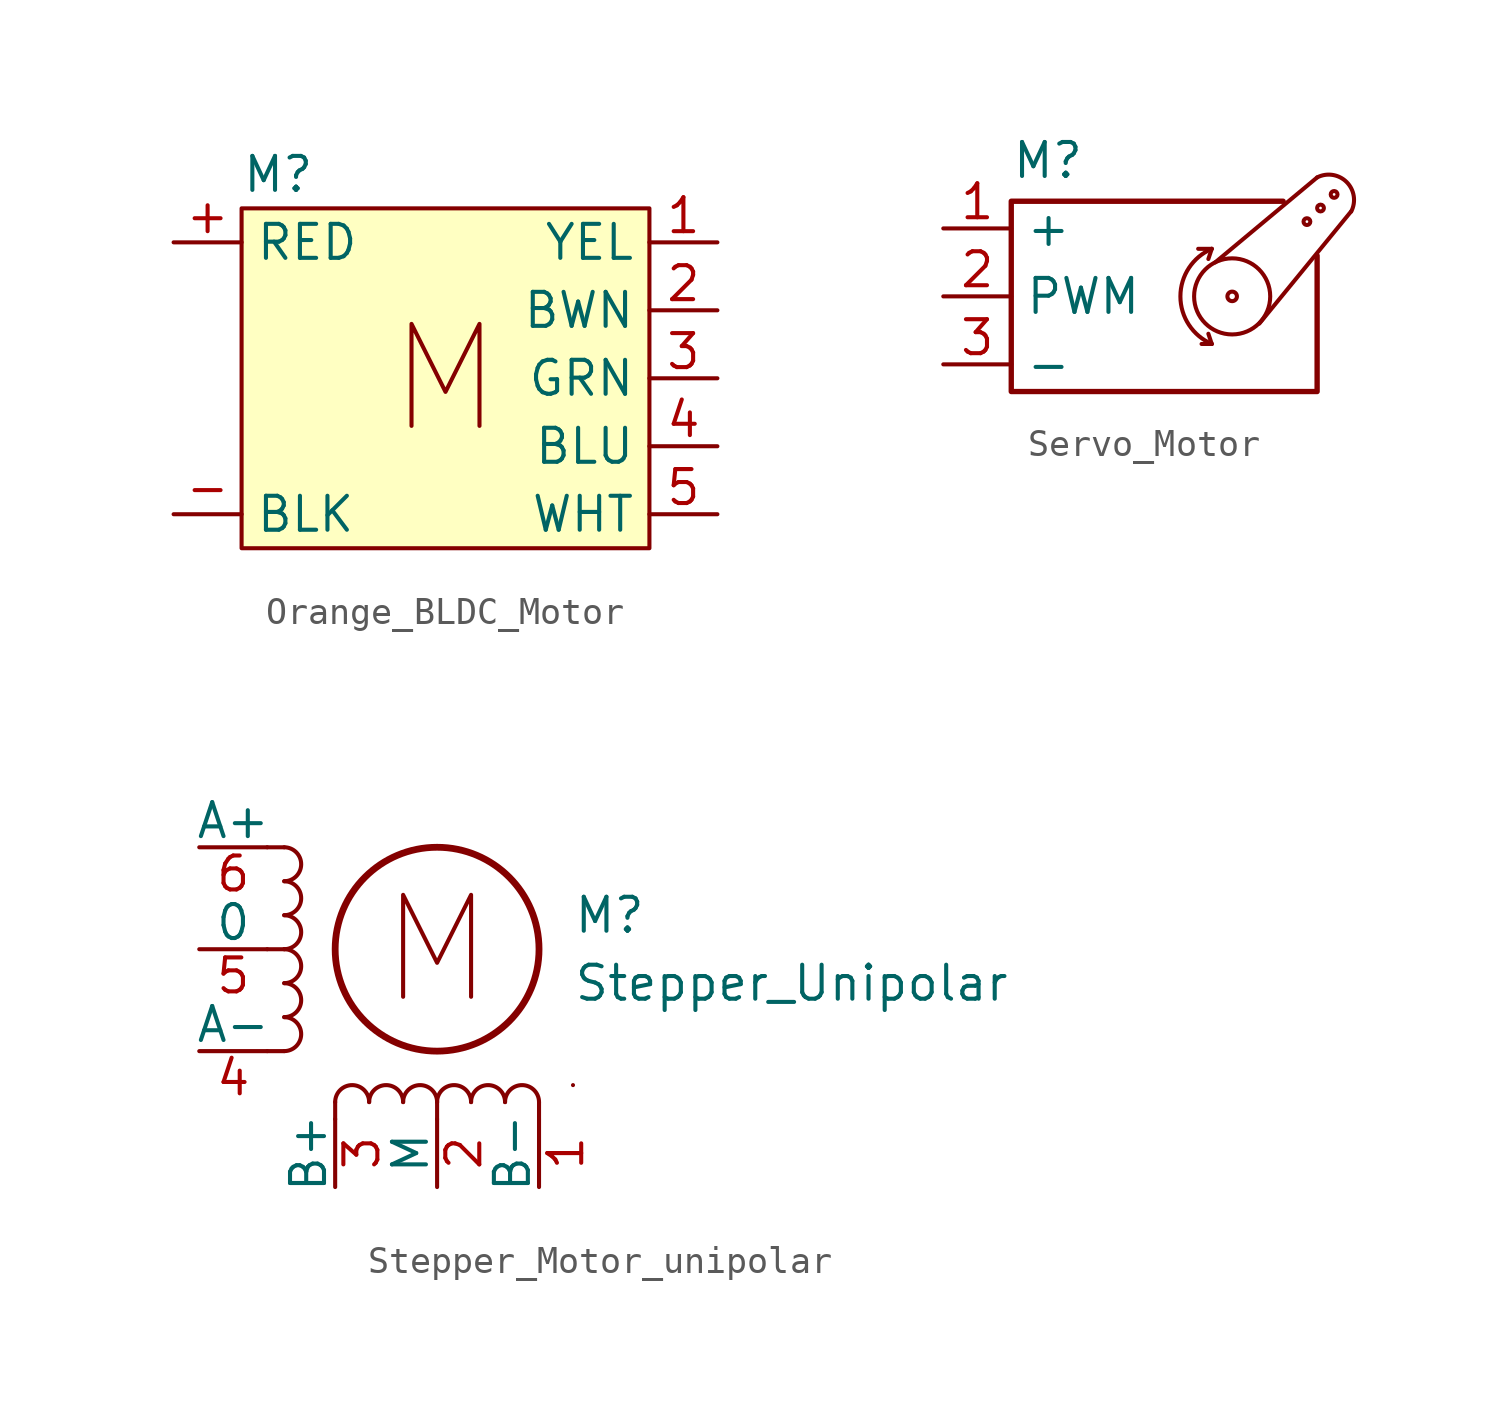
<source format=kicad_sym>
(kicad_symbol_lib
  (version 20231120)
  (generator "kicad_symbol_editor")
  (generator_version "8.0")
  (symbol "Orange_BLDC_Motor"
    (property "Reference" "M"
      (at -7.62 7.62 0)
      (effects (font (size 1.27 1.27)) (justify left)))
    (symbol "Orange_BLDC_Motor_0_0"
      (polyline (pts (xy -1.27 -1.778) (xy -1.27 2.032) (xy 0 -0.508) (xy 1.27 2.032) (xy 1.27 -1.778)) (stroke (width 0) (type default)) (fill (type none))))
    (symbol "Orange_BLDC_Motor_1_1"
      (rectangle (start -7.62 6.35) (end 7.62 -6.35) (stroke (width 0) (type default)) (fill (type background)))
      (pin power_in line (at -10.16 5.08 0) (length 2.54) (name "RED" (effects (font (size 1.27 1.27)))) (number "+" (effects (font (size 1.27 1.27)))))
      (pin power_in line (at -10.16 -5.08 0) (length 2.54) (name "BLK" (effects (font (size 1.27 1.27)))) (number "-" (effects (font (size 1.27 1.27)))))
      (pin input line (at 10.16 5.08 180) (length 2.54) (name "YEL" (effects (font (size 1.27 1.27)))) (number "1" (effects (font (size 1.27 1.27)))))
      (pin input line (at 10.16 2.54 180) (length 2.54) (name "BWN" (effects (font (size 1.27 1.27)))) (number "2" (effects (font (size 1.27 1.27)))))
      (pin input line (at 10.16 0 180) (length 2.54) (name "GRN" (effects (font (size 1.27 1.27)))) (number "3" (effects (font (size 1.27 1.27)))))
      (pin input line (at 10.16 -2.54 180) (length 2.54) (name "BLU" (effects (font (size 1.27 1.27)))) (number "4" (effects (font (size 1.27 1.27)))))
      (pin power_in line (at 10.16 -5.08 180) (length 2.54) (name "WHT" (effects (font (size 1.27 1.27)))) (number "5" (effects (font (size 1.27 1.27)))))))
  (symbol "Servo_Motor"
    (property "Reference" "M"
      (at -5.08 5.08 0)
      (effects (font (size 1.27 1.27)) (justify left)))
    (symbol "Servo_Motor_0_1"
      (polyline (pts (xy 2.413 -1.778) (xy 2.032 -1.778)) (stroke (width 0) (type default)) (fill (type none)))
      (polyline (pts (xy 2.413 -1.778) (xy 2.286 -1.397)) (stroke (width 0) (type default)) (fill (type none)))
      (polyline (pts (xy 2.413 1.778) (xy 1.905 1.778)) (stroke (width 0) (type default)) (fill (type none)))
      (polyline (pts (xy 2.413 1.778) (xy 2.286 1.397)) (stroke (width 0) (type default)) (fill (type none)))
      (polyline (pts (xy 6.35 4.445) (xy 2.54 1.27)) (stroke (width 0) (type default)) (fill (type none)))
      (polyline (pts (xy 7.62 3.175) (xy 4.191 -1.016)) (stroke (width 0) (type default)) (fill (type none)))
      (arc (start 2.413 1.778) (mid 1.2406 0) (end 2.413 -1.778) (stroke (width 0) (type default)) (fill (type none)))
      (circle (center 3.175 0) (radius 0.178) (stroke (width 0) (type default)) (fill (type none)))
      (circle (center 3.175 0) (radius 1.422) (stroke (width 0) (type default)) (fill (type none)))
      (circle (center 5.969 2.794) (radius 0.127) (stroke (width 0) (type default)) (fill (type none)))
      (circle (center 6.477 3.302) (radius 0.127) (stroke (width 0) (type default)) (fill (type none)))
      (circle (center 6.985 3.81) (radius 0.127) (stroke (width 0) (type default)) (fill (type none)))
      (arc (start 7.62 3.175) (mid 7.4485 4.2735) (end 6.35 4.445) (stroke (width 0) (type default)) (fill (type none))))
    (symbol "Servo_Motor_1_1"
      (polyline (pts (xy 5.08 3.556) (xy -5.08 3.556) (xy -5.08 -3.556) (xy 6.35 -3.556) (xy 6.35 1.524)) (stroke (width 0.2) (type default)) (fill (type none)))
      (pin power_in line (at -7.62 2.54 0) (length 2.54) (name "+" (effects (font (size 1.27 1.27)))) (number "1" (effects (font (size 1.27 1.27)))))
      (pin input line (at -7.62 0 0) (length 2.54) (name "PWM" (effects (font (size 1.27 1.27)))) (number "2" (effects (font (size 1.27 1.27)))))
      (pin power_in line (at -7.62 -2.54 0) (length 2.54) (name "-" (effects (font (size 1.27 1.27)))) (number "3" (effects (font (size 1.27 1.27)))))))
  (symbol "Stepper_Motor_unipolar"
    (pin_names
      (offset 0))
    (property "Reference" "M"
      (at 5.08 1.27 0)
      (effects (font (size 1.27 1.27)) (justify left)))
    (property "Value" "Stepper_Unipolar"
      (at 5.08 -1.27 0)
      (effects (font (size 1.27 1.27)) (justify left)))
    (symbol "Stepper_Motor_unipolar_0_0"
      (polyline (pts (xy -1.27 -1.778) (xy -1.27 2.032) (xy 0 -0.508) (xy 1.27 2.032) (xy 1.27 -1.778)) (stroke (width 0) (type default)) (fill (type none))))
    (symbol "Stepper_Motor_unipolar_0_1"
      (arc (start -5.715 -3.81) (mid -5.0827 -3.175) (end -5.715 -2.54) (stroke (width 0) (type default)) (fill (type none)))
      (arc (start -5.715 -2.54) (mid -5.0827 -1.905) (end -5.715 -1.27) (stroke (width 0) (type default)) (fill (type none)))
      (arc (start -5.715 -1.27) (mid -5.0827 -0.635) (end -5.715 0) (stroke (width 0) (type default)) (fill (type none)))
      (arc (start -5.715 0) (mid -5.0827 0.635) (end -5.715 1.27) (stroke (width 0) (type default)) (fill (type none)))
      (arc (start -5.715 1.27) (mid -5.0827 1.905) (end -5.715 2.54) (stroke (width 0) (type default)) (fill (type none)))
      (arc (start -5.715 2.54) (mid -5.0827 3.175) (end -5.715 3.81) (stroke (width 0) (type default)) (fill (type none)))
      (arc (start -2.54 -5.715) (mid -3.175 -5.0827) (end -3.81 -5.715) (stroke (width 0) (type default)) (fill (type none)))
      (arc (start -1.27 -5.715) (mid -1.905 -5.0827) (end -2.54 -5.715) (stroke (width 0) (type default)) (fill (type none)))
      (arc (start 0 -5.715) (mid -0.635 -5.0827) (end -1.27 -5.715) (stroke (width 0) (type default)) (fill (type none)))
      (polyline (pts (xy -6.35 -3.81) (xy -5.715 -3.81)) (stroke (width 0) (type default)) (fill (type none)))
      (polyline (pts (xy -6.35 0) (xy -5.715 0)) (stroke (width 0) (type default)) (fill (type none)))
      (polyline (pts (xy -6.35 3.81) (xy -5.715 3.81)) (stroke (width 0) (type default)) (fill (type none)))
      (polyline (pts (xy -3.81 -5.715) (xy -3.81 -6.35)) (stroke (width 0) (type default)) (fill (type none)))
      (polyline (pts (xy 0 -5.715) (xy 0 -6.35)) (stroke (width 0) (type default)) (fill (type none)))
      (polyline (pts (xy 3.81 -5.715) (xy 3.81 -6.35)) (stroke (width 0) (type default)) (fill (type none)))
      (circle (center 0 0) (radius 3.81) (stroke (width 0.254) (type default)) (fill (type none)))
      (arc (start 1.27 -5.715) (mid 0.635 -5.0827) (end 0 -5.715) (stroke (width 0) (type default)) (fill (type none)))
      (arc (start 2.54 -5.715) (mid 1.905 -5.0827) (end 1.27 -5.715) (stroke (width 0) (type default)) (fill (type none)))
      (arc (start 3.81 -5.715) (mid 3.175 -5.0827) (end 2.54 -5.715) (stroke (width 0) (type default)) (fill (type none)))
      (arc (start 5.08 -5.08) (mid 5.08 -5.08) (end 5.08 -5.08) (stroke (width 0) (type default)) (fill (type none))))
    (symbol "Stepper_Motor_unipolar_1_1"
      (pin input line (at 3.81 -8.89 90) (length 2.54) (name "B-" (effects (font (size 1.27 1.27)))) (number "1" (effects (font (size 1.27 1.27)))))
      (pin input line (at 0 -8.89 90) (length 2.54) (name "M" (effects (font (size 1.27 1.27)))) (number "2" (effects (font (size 1.27 1.27)))))
      (pin input line (at -3.81 -8.89 90) (length 2.54) (name "B+" (effects (font (size 1.27 1.27)))) (number "3" (effects (font (size 1.27 1.27)))))
      (pin input line (at -8.89 -3.81 0) (length 2.54) (name "A-" (effects (font (size 1.27 1.27)))) (number "4" (effects (font (size 1.27 1.27)))))
      (pin input line (at -8.89 0 0) (length 2.54) (name "0" (effects (font (size 1.27 1.27)))) (number "5" (effects (font (size 1.27 1.27)))))
      (pin input line (at -8.89 3.81 0) (length 2.54) (name "A+" (effects (font (size 1.27 1.27)))) (number "6" (effects (font (size 1.27 1.27))))))))
</source>
